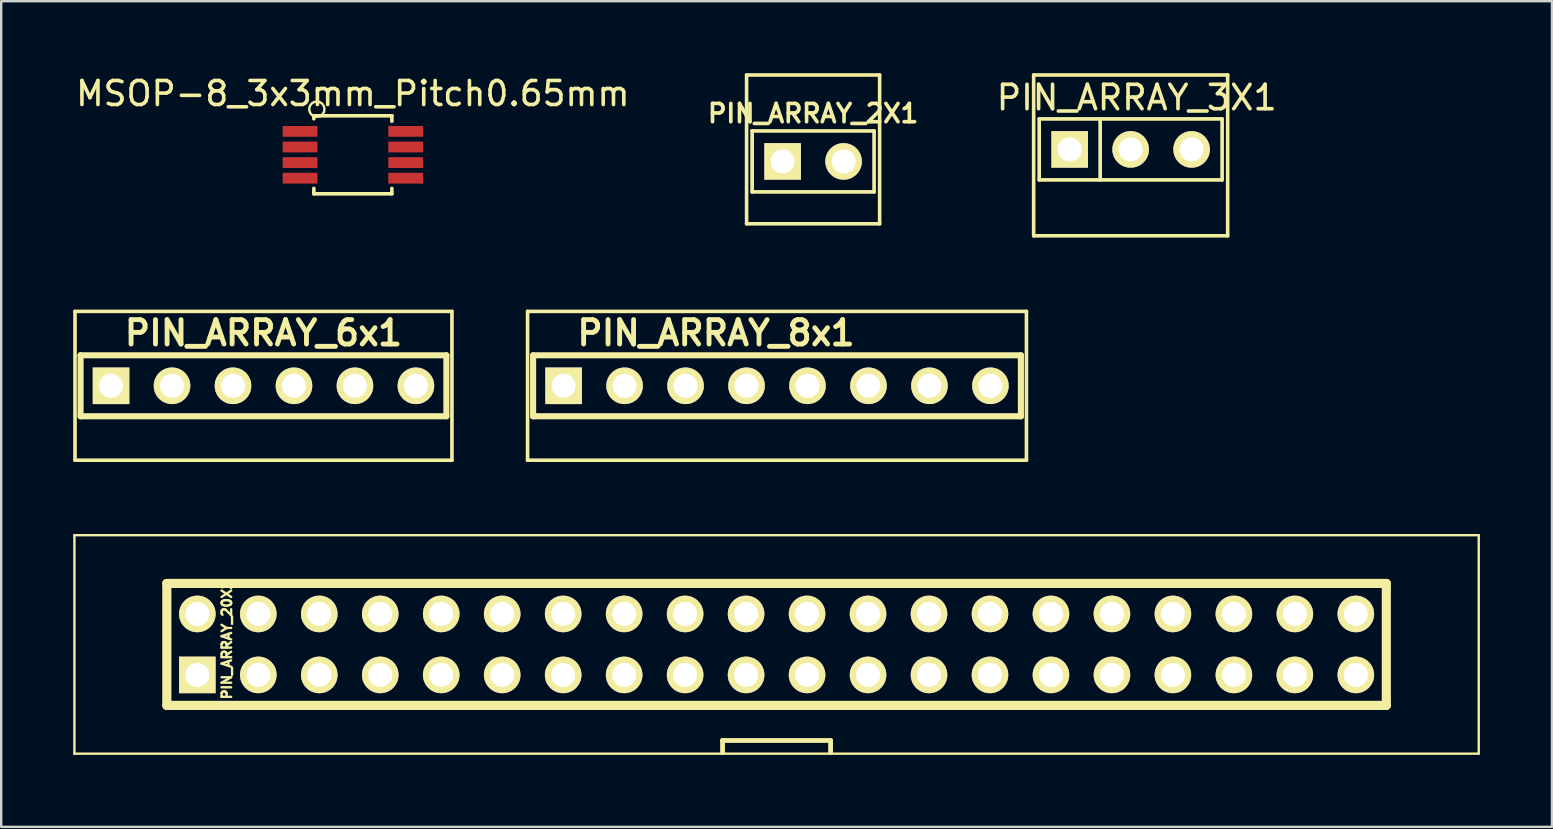
<source format=kicad_pcb>
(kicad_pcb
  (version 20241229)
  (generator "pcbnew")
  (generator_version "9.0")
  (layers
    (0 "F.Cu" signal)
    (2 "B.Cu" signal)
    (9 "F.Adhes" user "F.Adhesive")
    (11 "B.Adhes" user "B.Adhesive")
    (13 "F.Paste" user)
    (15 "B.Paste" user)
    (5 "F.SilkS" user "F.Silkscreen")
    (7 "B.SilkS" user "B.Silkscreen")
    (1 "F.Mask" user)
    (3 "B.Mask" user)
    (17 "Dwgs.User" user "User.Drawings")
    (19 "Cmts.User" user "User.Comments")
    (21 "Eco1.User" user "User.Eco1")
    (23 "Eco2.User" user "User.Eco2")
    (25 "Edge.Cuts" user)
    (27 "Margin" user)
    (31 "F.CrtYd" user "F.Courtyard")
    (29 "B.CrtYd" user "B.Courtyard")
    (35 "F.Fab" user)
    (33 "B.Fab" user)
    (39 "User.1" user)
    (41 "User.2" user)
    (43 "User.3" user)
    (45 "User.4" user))
  (footprint "PIN_ARRAY_2X1"
    (layer "F.Cu")
    (at 30.822 3.674)
    (property "Reference" "PIN_ARRAY_2X1" (at 0 -1.999 0) (layer "F.SilkS") (effects (font (size 0.762 0.762) (thickness 0.152))))
    (attr through_hole)
    (fp_line (start -2.771 -3.599) (end 2.771 -3.599) (stroke (width 0.15) (type solid)) (layer "F.SilkS"))
    (fp_line (start -2.771 2.599) (end -2.771 -3.599) (stroke (width 0.15) (type solid)) (layer "F.SilkS"))
    (fp_line (start -2.54 -1.27) (end 2.54 -1.27) (stroke (width 0.152) (type solid)) (layer "F.SilkS"))
    (fp_line (start -2.54 1.27) (end -2.54 -1.27) (stroke (width 0.152) (type solid)) (layer "F.SilkS"))
    (fp_line (start 2.54 -1.27) (end 2.54 1.27) (stroke (width 0.152) (type solid)) (layer "F.SilkS"))
    (fp_line (start 2.54 1.27) (end -2.54 1.27) (stroke (width 0.152) (type solid)) (layer "F.SilkS"))
    (fp_line (start 2.771 -3.599) (end 2.771 2.599) (stroke (width 0.15) (type solid)) (layer "F.SilkS"))
    (fp_line (start 2.771 2.599) (end -2.771 2.599) (stroke (width 0.15) (type solid)) (layer "F.SilkS"))
    (pad "1" thru_hole rect (at -1.27 0) (size 1.524 1.524) (drill 1) (layers "*.Cu" "*.Mask" "F.SilkS"))
    (pad "2" thru_hole circle (at 1.27 0) (size 1.524 1.524) (drill 1) (layers "*.Cu" "*.Mask" "F.SilkS")))
  (footprint "PIN_ARRAY_6x1"
    (layer "F.Cu")
    (at 7.926 13.021)
    (property "Reference" "PIN_ARRAY_6x1" (at 0 -2.2 0) (layer "F.SilkS") (effects (font (size 1.016 1.016) (thickness 0.203))))
    (attr through_hole)
    (fp_line (start -7.851 -3.099) (end 7.851 -3.099) (stroke (width 0.15) (type solid)) (layer "F.SilkS"))
    (fp_line (start -7.851 3.099) (end -7.851 -3.099) (stroke (width 0.15) (type solid)) (layer "F.SilkS"))
    (fp_line (start -7.62 -1.27) (end -7.62 1.27) (stroke (width 0.254) (type solid)) (layer "F.SilkS"))
    (fp_line (start 7.62 -1.27) (end -7.62 -1.27) (stroke (width 0.254) (type solid)) (layer "F.SilkS"))
    (fp_line (start 7.62 1.27) (end -7.62 1.27) (stroke (width 0.254) (type solid)) (layer "F.SilkS"))
    (fp_line (start 7.62 1.27) (end 7.62 -1.27) (stroke (width 0.254) (type solid)) (layer "F.SilkS"))
    (fp_line (start 7.851 -3.099) (end 7.851 3.099) (stroke (width 0.15) (type solid)) (layer "F.SilkS"))
    (fp_line (start 7.851 3.099) (end -7.851 3.099) (stroke (width 0.15) (type solid)) (layer "F.SilkS"))
    (pad "1" thru_hole rect (at -6.35 0) (size 1.524 1.524) (drill 1) (layers "*.Cu" "*.Mask" "F.SilkS"))
    (pad "2" thru_hole circle (at -3.81 0) (size 1.524 1.524) (drill 1) (layers "*.Cu" "*.Mask" "F.SilkS"))
    (pad "3" thru_hole circle (at -1.27 0) (size 1.524 1.524) (drill 1) (layers "*.Cu" "*.Mask" "F.SilkS"))
    (pad "4" thru_hole circle (at 1.27 0) (size 1.524 1.524) (drill 1) (layers "*.Cu" "*.Mask" "F.SilkS"))
    (pad "5" thru_hole circle (at 3.81 0) (size 1.524 1.524) (drill 1) (layers "*.Cu" "*.Mask" "F.SilkS"))
    (pad "6" thru_hole circle (at 6.35 0) (size 1.524 1.524) (drill 1) (layers "*.Cu" "*.Mask" "F.SilkS")))
  (footprint "MSOP-8_3x3mm_Pitch0.65mm"
    (layer "F.Cu")
    (at 11.649 3.398)
    (property "Reference" "MSOP-8_3x3mm_Pitch0.65mm" (at 0 -2.55 0) (layer "F.SilkS") (effects (font (size 1 1) (thickness 0.15))))
    (attr smd)
    (fp_line (start -1.625 -1.625) (end -1.625 -1.5) (stroke (width 0.15) (type solid)) (layer "F.SilkS"))
    (fp_line (start -1.625 -1.625) (end 1.625 -1.625) (stroke (width 0.15) (type solid)) (layer "F.SilkS"))
    (fp_line (start -1.625 1.625) (end -1.625 1.4) (stroke (width 0.15) (type solid)) (layer "F.SilkS"))
    (fp_line (start -1.625 1.625) (end 1.625 1.625) (stroke (width 0.15) (type solid)) (layer "F.SilkS"))
    (fp_line (start 1.625 -1.625) (end 1.625 -1.4) (stroke (width 0.15) (type solid)) (layer "F.SilkS"))
    (fp_line (start 1.625 1.625) (end 1.625 1.4) (stroke (width 0.15) (type solid)) (layer "F.SilkS"))
    (fp_circle (center -1.5 -1.9) (end -1.4 -1.6) (stroke (width 0.1) (type solid)) (fill no) (layer "F.SilkS"))
    (pad "1" smd rect (at -2.2 -0.975) (size 1.45 0.45) (layers "F.Cu" "F.Mask" "F.Paste"))
    (pad "2" smd rect (at -2.2 -0.325) (size 1.45 0.45) (layers "F.Cu" "F.Mask" "F.Paste"))
    (pad "3" smd rect (at -2.2 0.325) (size 1.45 0.45) (layers "F.Cu" "F.Mask" "F.Paste"))
    (pad "4" smd rect (at -2.2 0.975) (size 1.45 0.45) (layers "F.Cu" "F.Mask" "F.Paste"))
    (pad "5" smd rect (at 2.2 0.975) (size 1.45 0.45) (layers "F.Cu" "F.Mask" "F.Paste"))
    (pad "6" smd rect (at 2.2 0.325) (size 1.45 0.45) (layers "F.Cu" "F.Mask" "F.Paste"))
    (pad "7" smd rect (at 2.2 -0.325) (size 1.45 0.45) (layers "F.Cu" "F.Mask" "F.Paste"))
    (pad "8" smd rect (at 2.2 -0.975) (size 1.45 0.45) (layers "F.Cu" "F.Mask" "F.Paste")))
  (footprint "PIN_ARRAY_3X1"
    (layer "F.Cu")
    (at 44.05 3.174)
    (property "Reference" "PIN_ARRAY_3X1" (at 0.254 -2.159 0) (layer "F.SilkS") (effects (font (size 1.016 1.016) (thickness 0.152))))
    (attr through_hole)
    (fp_line (start -4.041 -3.099) (end 4.041 -3.099) (stroke (width 0.15) (type solid)) (layer "F.SilkS"))
    (fp_line (start -4.041 3.599) (end -4.041 -3.099) (stroke (width 0.15) (type solid)) (layer "F.SilkS"))
    (fp_line (start -3.81 -1.27) (end 3.81 -1.27) (stroke (width 0.152) (type solid)) (layer "F.SilkS"))
    (fp_line (start -3.81 1.27) (end -3.81 -1.27) (stroke (width 0.152) (type solid)) (layer "F.SilkS"))
    (fp_line (start -1.27 -1.27) (end -1.27 1.27) (stroke (width 0.152) (type solid)) (layer "F.SilkS"))
    (fp_line (start 3.81 -1.27) (end 3.81 1.27) (stroke (width 0.152) (type solid)) (layer "F.SilkS"))
    (fp_line (start 3.81 1.27) (end -3.81 1.27) (stroke (width 0.152) (type solid)) (layer "F.SilkS"))
    (fp_line (start 4.041 -3.099) (end 4.041 3.599) (stroke (width 0.15) (type solid)) (layer "F.SilkS"))
    (fp_line (start 4.041 3.599) (end -4.041 3.599) (stroke (width 0.15) (type solid)) (layer "F.SilkS"))
    (pad "1" thru_hole rect (at -2.54 0) (size 1.524 1.524) (drill 1) (layers "*.Cu" "*.Mask" "F.SilkS"))
    (pad "2" thru_hole circle (at 0 0) (size 1.524 1.524) (drill 1) (layers "*.Cu" "*.Mask" "F.SilkS"))
    (pad "3" thru_hole circle (at 2.54 0) (size 1.524 1.524) (drill 1) (layers "*.Cu" "*.Mask" "F.SilkS")))
  (footprint "PIN_ARRAY_20X2"
    (layer "F.Cu")
    (at 29.3 23.795)
    (property "Reference" "PIN_ARRAY_20X2" (at -22.901 -0.201 90) (layer "F.SilkS") (effects (font (size 0.399 0.399) (thickness 0.099))))
    (attr through_hole)
    (fp_line (start -29.25 -4.55) (end 29.25 -4.55) (stroke (width 0.1) (type solid)) (layer "F.SilkS"))
    (fp_line (start -29.25 4.55) (end -29.25 -4.55) (stroke (width 0.1) (type solid)) (layer "F.SilkS"))
    (fp_line (start -25.4 -2.54) (end 25.4 -2.54) (stroke (width 0.381) (type solid)) (layer "F.SilkS"))
    (fp_line (start -25.4 2.54) (end -25.4 -2.54) (stroke (width 0.381) (type solid)) (layer "F.SilkS"))
    (fp_line (start -2.25 4) (end -2.25 4.5) (stroke (width 0.2) (type solid)) (layer "F.SilkS"))
    (fp_line (start -2.25 4) (end 2.25 4) (stroke (width 0.2) (type solid)) (layer "F.SilkS"))
    (fp_line (start 2.25 4) (end 2.25 4.5) (stroke (width 0.2) (type solid)) (layer "F.SilkS"))
    (fp_line (start 25.4 -2.54) (end 25.4 2.54) (stroke (width 0.381) (type solid)) (layer "F.SilkS"))
    (fp_line (start 25.4 2.54) (end -25.4 2.54) (stroke (width 0.381) (type solid)) (layer "F.SilkS"))
    (fp_line (start 29.25 -4.55) (end 29.25 4.55) (stroke (width 0.1) (type solid)) (layer "F.SilkS"))
    (fp_line (start 29.25 4.55) (end -29.25 4.55) (stroke (width 0.1) (type solid)) (layer "F.SilkS"))
    (pad "1" thru_hole rect (at -24.13 1.27) (size 1.524 1.524) (drill 1) (layers "*.Cu" "*.Mask" "F.SilkS"))
    (pad "2" thru_hole circle (at -24.13 -1.27) (size 1.524 1.524) (drill 1) (layers "*.Cu" "*.Mask" "F.SilkS"))
    (pad "3" thru_hole circle (at -21.59 1.27) (size 1.524 1.524) (drill 1) (layers "*.Cu" "*.Mask" "F.SilkS"))
    (pad "4" thru_hole circle (at -21.59 -1.27) (size 1.524 1.524) (drill 1) (layers "*.Cu" "*.Mask" "F.SilkS"))
    (pad "5" thru_hole circle (at -19.05 1.27) (size 1.524 1.524) (drill 1) (layers "*.Cu" "*.Mask" "F.SilkS"))
    (pad "6" thru_hole circle (at -19.05 -1.27) (size 1.524 1.524) (drill 1) (layers "*.Cu" "*.Mask" "F.SilkS"))
    (pad "7" thru_hole circle (at -16.51 1.27) (size 1.524 1.524) (drill 1) (layers "*.Cu" "*.Mask" "F.SilkS"))
    (pad "8" thru_hole circle (at -16.51 -1.27) (size 1.524 1.524) (drill 1) (layers "*.Cu" "*.Mask" "F.SilkS"))
    (pad "9" thru_hole circle (at -13.97 1.27) (size 1.524 1.524) (drill 1) (layers "*.Cu" "*.Mask" "F.SilkS"))
    (pad "10" thru_hole circle (at -13.97 -1.27) (size 1.524 1.524) (drill 1) (layers "*.Cu" "*.Mask" "F.SilkS"))
    (pad "11" thru_hole circle (at -11.43 1.27) (size 1.524 1.524) (drill 1) (layers "*.Cu" "*.Mask" "F.SilkS"))
    (pad "12" thru_hole circle (at -11.43 -1.27) (size 1.524 1.524) (drill 1) (layers "*.Cu" "*.Mask" "F.SilkS"))
    (pad "13" thru_hole circle (at -8.89 1.27) (size 1.524 1.524) (drill 1) (layers "*.Cu" "*.Mask" "F.SilkS"))
    (pad "14" thru_hole circle (at -8.89 -1.27) (size 1.524 1.524) (drill 1) (layers "*.Cu" "*.Mask" "F.SilkS"))
    (pad "15" thru_hole circle (at -6.35 1.27) (size 1.524 1.524) (drill 1) (layers "*.Cu" "*.Mask" "F.SilkS"))
    (pad "16" thru_hole circle (at -6.35 -1.27) (size 1.524 1.524) (drill 1) (layers "*.Cu" "*.Mask" "F.SilkS"))
    (pad "17" thru_hole circle (at -3.81 1.27) (size 1.524 1.524) (drill 1) (layers "*.Cu" "*.Mask" "F.SilkS"))
    (pad "18" thru_hole circle (at -3.81 -1.27) (size 1.524 1.524) (drill 1) (layers "*.Cu" "*.Mask" "F.SilkS"))
    (pad "19" thru_hole circle (at -1.27 1.27) (size 1.524 1.524) (drill 1) (layers "*.Cu" "*.Mask" "F.SilkS"))
    (pad "20" thru_hole circle (at -1.27 -1.27) (size 1.524 1.524) (drill 1) (layers "*.Cu" "*.Mask" "F.SilkS"))
    (pad "21" thru_hole circle (at 1.27 1.27) (size 1.524 1.524) (drill 1) (layers "*.Cu" "*.Mask" "F.SilkS"))
    (pad "22" thru_hole circle (at 1.27 -1.27) (size 1.524 1.524) (drill 1) (layers "*.Cu" "*.Mask" "F.SilkS"))
    (pad "23" thru_hole circle (at 3.81 1.27) (size 1.524 1.524) (drill 1) (layers "*.Cu" "*.Mask" "F.SilkS"))
    (pad "24" thru_hole circle (at 3.81 -1.27) (size 1.524 1.524) (drill 1) (layers "*.Cu" "*.Mask" "F.SilkS"))
    (pad "25" thru_hole circle (at 6.35 1.27) (size 1.524 1.524) (drill 1) (layers "*.Cu" "*.Mask" "F.SilkS"))
    (pad "26" thru_hole circle (at 6.35 -1.27) (size 1.524 1.524) (drill 1) (layers "*.Cu" "*.Mask" "F.SilkS"))
    (pad "27" thru_hole circle (at 8.89 1.27) (size 1.524 1.524) (drill 1) (layers "*.Cu" "*.Mask" "F.SilkS"))
    (pad "28" thru_hole circle (at 8.89 -1.27) (size 1.524 1.524) (drill 1) (layers "*.Cu" "*.Mask" "F.SilkS"))
    (pad "29" thru_hole circle (at 11.43 1.27) (size 1.524 1.524) (drill 1) (layers "*.Cu" "*.Mask" "F.SilkS"))
    (pad "30" thru_hole circle (at 11.43 -1.27) (size 1.524 1.524) (drill 1) (layers "*.Cu" "*.Mask" "F.SilkS"))
    (pad "31" thru_hole circle (at 13.97 1.27) (size 1.524 1.524) (drill 1) (layers "*.Cu" "*.Mask" "F.SilkS"))
    (pad "32" thru_hole circle (at 13.97 -1.27) (size 1.524 1.524) (drill 1) (layers "*.Cu" "*.Mask" "F.SilkS"))
    (pad "33" thru_hole circle (at 16.51 1.27) (size 1.524 1.524) (drill 1) (layers "*.Cu" "*.Mask" "F.SilkS"))
    (pad "34" thru_hole circle (at 16.51 -1.27) (size 1.524 1.524) (drill 1) (layers "*.Cu" "*.Mask" "F.SilkS"))
    (pad "35" thru_hole circle (at 19.05 1.27) (size 1.524 1.524) (drill 1) (layers "*.Cu" "*.Mask" "F.SilkS"))
    (pad "36" thru_hole circle (at 19.05 -1.27) (size 1.524 1.524) (drill 1) (layers "*.Cu" "*.Mask" "F.SilkS"))
    (pad "37" thru_hole circle (at 21.59 1.27) (size 1.524 1.524) (drill 1) (layers "*.Cu" "*.Mask" "F.SilkS"))
    (pad "38" thru_hole circle (at 21.59 -1.27) (size 1.524 1.524) (drill 1) (layers "*.Cu" "*.Mask" "F.SilkS"))
    (pad "39" thru_hole circle (at 24.13 1.27) (size 1.524 1.524) (drill 1) (layers "*.Cu" "*.Mask" "F.SilkS"))
    (pad "40" thru_hole circle (at 24.13 -1.27) (size 1.524 1.524) (drill 1) (layers "*.Cu" "*.Mask" "F.SilkS")))
  (footprint "PIN_ARRAY_8x1"
    (layer "F.Cu")
    (at 29.318 13.021)
    (property "Reference" "PIN_ARRAY_8x1" (at -2.54 -2.2 0) (layer "F.SilkS") (effects (font (size 1.016 1.016) (thickness 0.203))))
    (attr through_hole)
    (fp_line (start -10.391 -3.099) (end 10.391 -3.099) (stroke (width 0.15) (type solid)) (layer "F.SilkS"))
    (fp_line (start -10.391 3.099) (end -10.391 -3.099) (stroke (width 0.15) (type solid)) (layer "F.SilkS"))
    (fp_line (start -10.16 -1.27) (end -10.16 1.27) (stroke (width 0.254) (type solid)) (layer "F.SilkS"))
    (fp_line (start 10.16 -1.27) (end -10.16 -1.27) (stroke (width 0.254) (type solid)) (layer "F.SilkS"))
    (fp_line (start 10.16 1.27) (end -10.16 1.27) (stroke (width 0.254) (type solid)) (layer "F.SilkS"))
    (fp_line (start 10.16 1.27) (end 10.16 -1.27) (stroke (width 0.254) (type solid)) (layer "F.SilkS"))
    (fp_line (start 10.391 -3.099) (end 10.391 3.099) (stroke (width 0.15) (type solid)) (layer "F.SilkS"))
    (fp_line (start 10.391 3.099) (end -10.391 3.099) (stroke (width 0.15) (type solid)) (layer "F.SilkS"))
    (pad "1" thru_hole rect (at -8.89 0) (size 1.524 1.524) (drill 1) (layers "*.Cu" "*.Mask" "F.SilkS"))
    (pad "2" thru_hole circle (at -6.35 0) (size 1.524 1.524) (drill 1) (layers "*.Cu" "*.Mask" "F.SilkS"))
    (pad "3" thru_hole circle (at -3.81 0) (size 1.524 1.524) (drill 1) (layers "*.Cu" "*.Mask" "F.SilkS"))
    (pad "4" thru_hole circle (at -1.27 0) (size 1.524 1.524) (drill 1) (layers "*.Cu" "*.Mask" "F.SilkS"))
    (pad "5" thru_hole circle (at 1.27 0) (size 1.524 1.524) (drill 1) (layers "*.Cu" "*.Mask" "F.SilkS"))
    (pad "6" thru_hole circle (at 3.81 0) (size 1.524 1.524) (drill 1) (layers "*.Cu" "*.Mask" "F.SilkS"))
    (pad "7" thru_hole circle (at 6.35 0) (size 1.524 1.524) (drill 1) (layers "*.Cu" "*.Mask" "F.SilkS"))
    (pad "8" thru_hole circle (at 8.89 0) (size 1.524 1.524) (drill 1) (layers "*.Cu" "*.Mask" "F.SilkS")))
  (gr_rect
    (start -3 -3)
    (end 61.6 31.395)
    (stroke (width 0.1) (type default))
    (fill no)
    (layer "Edge.Cuts")))
</source>
